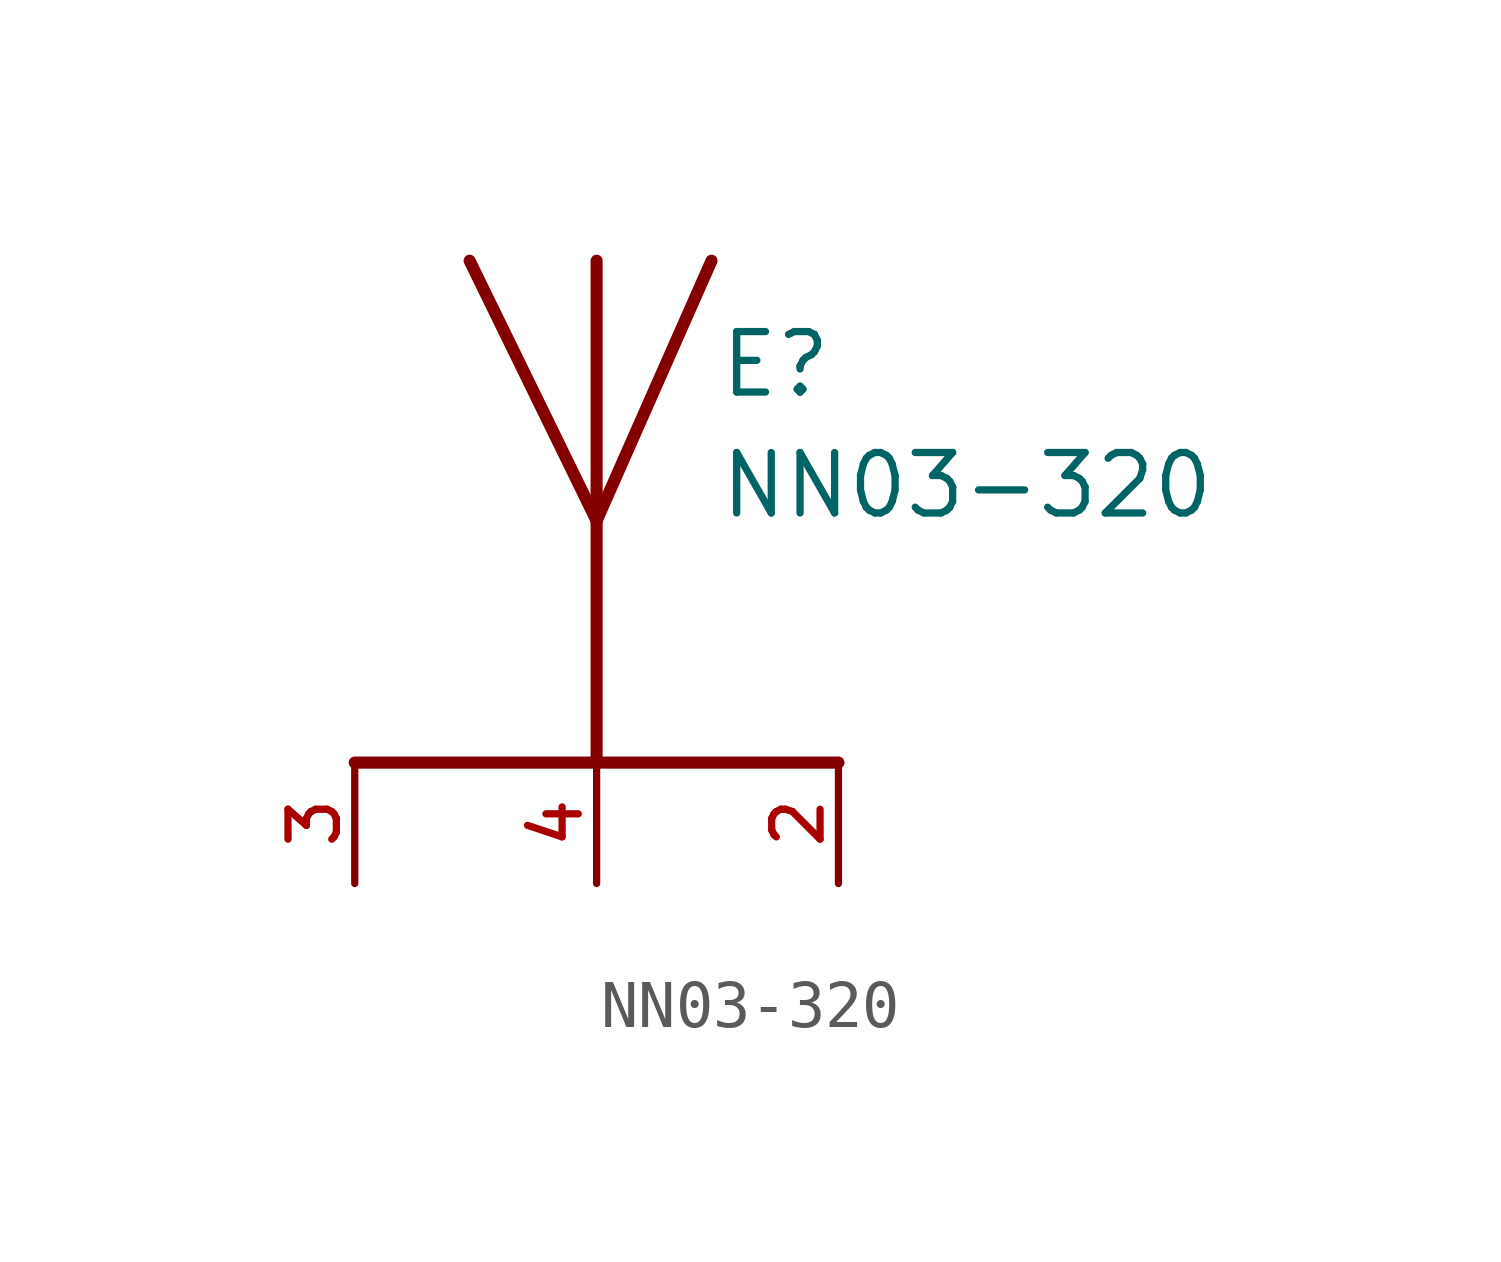
<source format=kicad_sym>
(kicad_symbol_lib
  (version 20211014)
  (generator kicad_symbol_editor)
  (symbol "NN03-320"
    (pin_names
      (offset 1.016) hide)
    (property "Reference" "E"
      (at 2.54 5.08 0)
      (effects (font (size 1.27 1.27)) (justify left bottom)))
    (property "Value" "NN03-320"
      (at 2.54 2.54 0)
      (effects (font (size 1.27 1.27)) (justify left bottom)))
    (symbol "NN03-320_0_0"
      (polyline (pts (xy -5.08 -2.54) (xy 5.08 -2.54)) (stroke (width 0.254) (type default) (color 0 0 0 0)) (fill (type none)))
      (polyline (pts (xy 0 2.54) (xy -2.667 8.001)) (stroke (width 0.254) (type default) (color 0 0 0 0)) (fill (type none)))
      (polyline (pts (xy 0 2.54) (xy 0 -2.54)) (stroke (width 0.254) (type default) (color 0 0 0 0)) (fill (type none)))
      (polyline (pts (xy 0 8.001) (xy 0 2.54)) (stroke (width 0.254) (type default) (color 0 0 0 0)) (fill (type none)))
      (polyline (pts (xy 2.413 8.001) (xy 0 2.54)) (stroke (width 0.254) (type default) (color 0 0 0 0)) (fill (type none)))
      (pin power_in line (at 5.08 -5.08 90) (length 2.54) (name "~" (effects (font (size 1.016 1.016)))) (number "2" (effects (font (size 1.016 1.016)))))
      (pin input line (at -5.08 -5.08 90) (length 2.54) (name "~" (effects (font (size 1.016 1.016)))) (number "3" (effects (font (size 1.016 1.016)))))
      (pin input line (at 0 -5.08 90) (length 2.54) (name "~" (effects (font (size 1.016 1.016)))) (number "4" (effects (font (size 1.016 1.016))))))))
</source>
